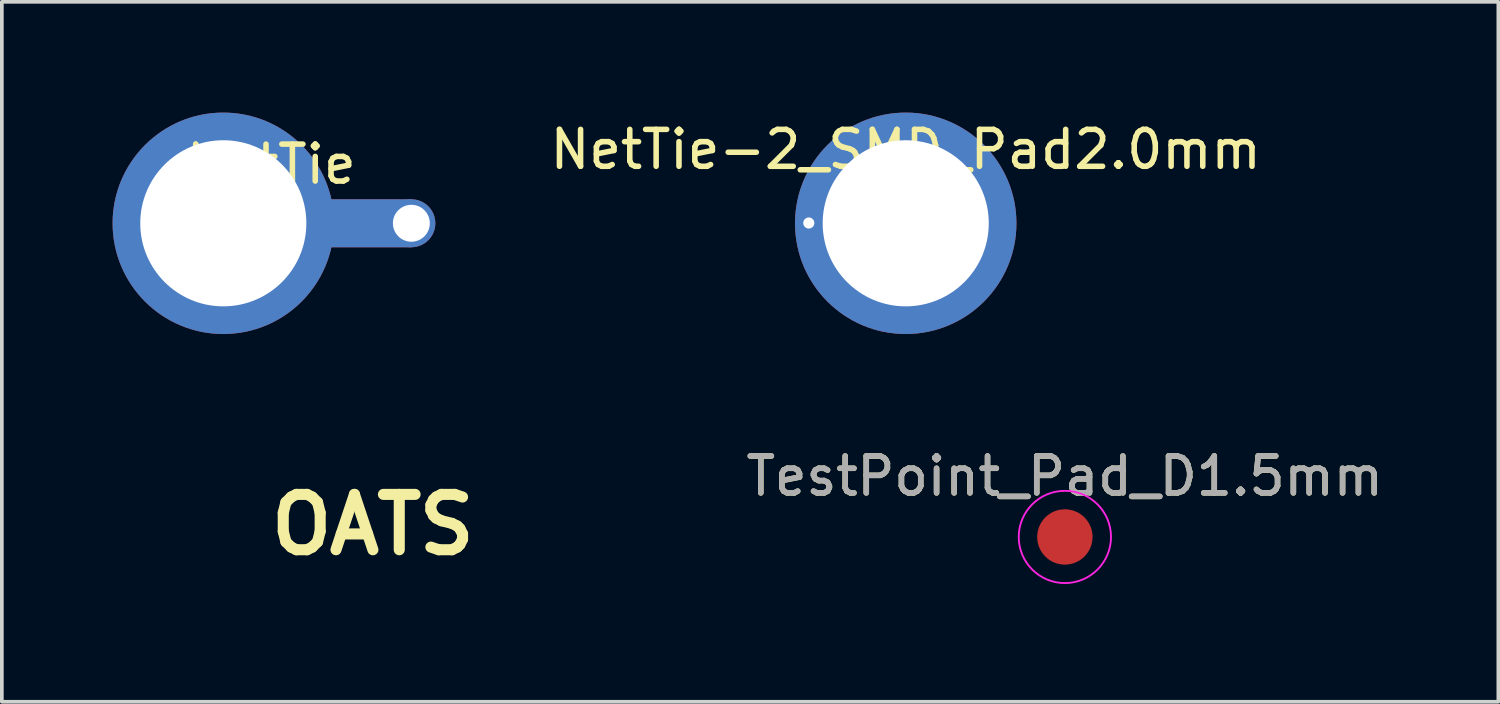
<source format=kicad_pcb>
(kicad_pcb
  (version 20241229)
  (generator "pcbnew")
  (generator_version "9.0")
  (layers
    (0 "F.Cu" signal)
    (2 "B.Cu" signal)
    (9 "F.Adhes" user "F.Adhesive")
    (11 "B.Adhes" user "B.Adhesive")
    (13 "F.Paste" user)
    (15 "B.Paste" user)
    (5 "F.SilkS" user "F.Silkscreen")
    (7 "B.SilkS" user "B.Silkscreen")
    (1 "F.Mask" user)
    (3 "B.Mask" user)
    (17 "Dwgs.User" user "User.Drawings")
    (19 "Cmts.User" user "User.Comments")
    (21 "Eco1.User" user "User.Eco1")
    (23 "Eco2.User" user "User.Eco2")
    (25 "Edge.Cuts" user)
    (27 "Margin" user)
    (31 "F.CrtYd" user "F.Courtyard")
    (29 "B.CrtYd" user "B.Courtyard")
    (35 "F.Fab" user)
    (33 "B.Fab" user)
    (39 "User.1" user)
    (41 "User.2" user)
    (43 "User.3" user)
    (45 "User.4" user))
  (footprint "OATS"
    (layer "F.Cu")
    (at 7.053 11.166)
    (property "Reference" "OATS" (at 0 0 0) (layer "F.SilkS") (effects (font (size 1.5 1.5) (thickness 0.3))))
    (attr board_only exclude_from_pos_files exclude_from_bom)
    (fp_poly (pts (xy 4.352 -2.062) (xy 4.344 -2.023) (xy 4.326 -1.951) (xy 4.302 -1.856) (xy 4.274 -1.746) (xy 4.243 -1.631) (xy 4.214 -1.52) (xy 4.187 -1.421) (xy 4.166 -1.345) (xy 4.153 -1.3) (xy 4.15 -1.292) (xy 4.127 -1.295) (xy 4.074 -1.309) (xy 4.038 -1.319) (xy 3.96 -1.338) (xy 3.851 -1.36) (xy 3.725 -1.381) (xy 3.597 -1.401) (xy 3.478 -1.416) (xy 3.385 -1.424) (xy 3.351 -1.425) (xy 3.269 -1.425) (xy 3.277 -0.064) (xy 3.279 0.222) (xy 3.28 0.466) (xy 3.282 0.671) (xy 3.284 0.841) (xy 3.286 0.98) (xy 3.289 1.093) (xy 3.293 1.182) (xy 3.297 1.253) (xy 3.303 1.308) (xy 3.309 1.353) (xy 3.317 1.391) (xy 3.327 1.425) (xy 3.338 1.46) (xy 3.338 1.46) (xy 3.366 1.549) (xy 3.39 1.626) (xy 3.404 1.675) (xy 3.404 1.677) (xy 3.417 1.729) (xy 2.813 1.726) (xy 2.646 1.725) (xy 2.493 1.723) (xy 2.361 1.72) (xy 2.255 1.718) (xy 2.183 1.715) (xy 2.154 1.712) (xy 2.115 1.695) (xy 2.115 1.663) (xy 2.13 1.622) (xy 2.154 1.551) (xy 2.18 1.472) (xy 2.191 1.439) (xy 2.199 1.404) (xy 2.207 1.366) (xy 2.213 1.318) (xy 2.218 1.258) (xy 2.222 1.182) (xy 2.226 1.085) (xy 2.229 0.964) (xy 2.231 0.815) (xy 2.233 0.634) (xy 2.235 0.417) (xy 2.236 0.16) (xy 2.238 -0.056) (xy 2.246 -1.433) (xy 1.935 -1.417) (xy 1.799 -1.408) (xy 1.661 -1.395) (xy 1.538 -1.38) (xy 1.449 -1.365) (xy 1.35 -1.344) (xy 1.258 -1.325) (xy 1.191 -1.311) (xy 1.189 -1.31) (xy 1.105 -1.293) (xy 1.206 -1.61) (xy 1.245 -1.734) (xy 1.283 -1.849) (xy 1.314 -1.946) (xy 1.336 -2.011) (xy 1.339 -2.021) (xy 1.372 -2.115) (xy 2.867 -2.121) (xy 4.363 -2.127)) (stroke (width 0) (type solid)) (fill yes) (layer "F.Mask"))
    (fp_poly (pts (xy 6.216 -2.14) (xy 6.5 -2.099) (xy 6.589 -2.079) (xy 6.691 -2.055) (xy 6.766 -2.034) (xy 6.821 -2.009) (xy 6.857 -1.974) (xy 6.879 -1.922) (xy 6.889 -1.846) (xy 6.893 -1.74) (xy 6.893 -1.597) (xy 6.893 -1.519) (xy 6.893 -1.076) (xy 6.71 -1.201) (xy 6.585 -1.281) (xy 6.483 -1.334) (xy 6.391 -1.365) (xy 6.296 -1.376) (xy 6.201 -1.374) (xy 6.113 -1.366) (xy 6.055 -1.35) (xy 6.008 -1.32) (xy 5.975 -1.289) (xy 5.928 -1.234) (xy 5.906 -1.181) (xy 5.902 -1.105) (xy 5.902 -1.101) (xy 5.907 -1.037) (xy 5.922 -0.978) (xy 5.951 -0.919) (xy 6 -0.854) (xy 6.071 -0.778) (xy 6.17 -0.685) (xy 6.301 -0.569) (xy 6.325 -0.548) (xy 6.513 -0.378) (xy 6.665 -0.226) (xy 6.784 -0.087) (xy 6.873 0.046) (xy 6.937 0.178) (xy 6.978 0.315) (xy 7 0.462) (xy 7.005 0.527) (xy 7 0.763) (xy 6.961 0.973) (xy 6.884 1.161) (xy 6.766 1.335) (xy 6.665 1.446) (xy 6.526 1.569) (xy 6.384 1.662) (xy 6.229 1.728) (xy 6.055 1.771) (xy 5.852 1.793) (xy 5.656 1.798) (xy 5.504 1.796) (xy 5.383 1.789) (xy 5.278 1.775) (xy 5.173 1.753) (xy 5.12 1.74) (xy 5.014 1.714) (xy 4.933 1.691) (xy 4.875 1.666) (xy 4.835 1.632) (xy 4.81 1.583) (xy 4.796 1.513) (xy 4.791 1.414) (xy 4.79 1.281) (xy 4.79 1.128) (xy 4.79 0.644) (xy 4.901 0.753) (xy 5.046 0.867) (xy 5.217 0.96) (xy 5.395 1.022) (xy 5.455 1.035) (xy 5.605 1.043) (xy 5.73 1.015) (xy 5.828 0.951) (xy 5.895 0.855) (xy 5.929 0.728) (xy 5.93 0.714) (xy 5.931 0.622) (xy 5.915 0.538) (xy 5.878 0.456) (xy 5.816 0.37) (xy 5.725 0.274) (xy 5.601 0.162) (xy 5.517 0.092) (xy 5.337 -0.068) (xy 5.176 -0.232) (xy 5.04 -0.393) (xy 4.937 -0.543) (xy 4.903 -0.603) (xy 4.865 -0.685) (xy 4.841 -0.758) (xy 4.827 -0.838) (xy 4.819 -0.944) (xy 4.818 -0.969) (xy 4.823 -1.188) (xy 4.863 -1.38) (xy 4.939 -1.554) (xy 5.055 -1.718) (xy 5.113 -1.781) (xy 5.283 -1.927) (xy 5.481 -2.036) (xy 5.704 -2.108) (xy 5.95 -2.143)) (stroke (width 0) (type solid)) (fill yes) (layer "F.Mask"))
    (fp_poly (pts (xy -0.79 -2.121) (xy -0.368 -2.115) (xy -0.257 -1.823) (xy -0.222 -1.731) (xy -0.171 -1.604) (xy -0.107 -1.447) (xy -0.033 -1.264) (xy 0.051 -1.06) (xy 0.141 -0.841) (xy 0.236 -0.611) (xy 0.333 -0.376) (xy 0.432 -0.139) (xy 0.529 0.093) (xy 0.622 0.317) (xy 0.71 0.526) (xy 0.791 0.717) (xy 0.862 0.884) (xy 0.921 1.022) (xy 0.967 1.126) (xy 0.995 1.19) (xy 1.051 1.303) (xy 1.113 1.421) (xy 1.171 1.522) (xy 1.192 1.557) (xy 1.237 1.63) (xy 1.27 1.686) (xy 1.285 1.715) (xy 1.285 1.717) (xy 1.263 1.721) (xy 1.202 1.724) (xy 1.109 1.726) (xy 0.992 1.728) (xy 0.859 1.729) (xy 0.716 1.729) (xy 0.573 1.728) (xy 0.435 1.727) (xy 0.312 1.725) (xy 0.21 1.722) (xy 0.136 1.718) (xy 0.099 1.714) (xy 0.099 1.714) (xy 0.064 1.696) (xy 0.049 1.655) (xy 0.047 1.611) (xy 0.037 1.538) (xy 0.007 1.423) (xy -0.042 1.267) (xy -0.111 1.07) (xy -0.167 0.917) (xy -0.222 0.771) (xy -0.831 0.771) (xy -1.439 0.771) (xy -1.561 1.144) (xy -1.61 1.301) (xy -1.648 1.438) (xy -1.672 1.545) (xy -1.682 1.618) (xy -1.682 1.623) (xy -1.682 1.729) (xy -2.202 1.726) (xy -2.357 1.725) (xy -2.5 1.722) (xy -2.622 1.719) (xy -2.716 1.715) (xy -2.774 1.711) (xy -2.785 1.709) (xy -2.848 1.694) (xy -2.765 1.566) (xy -2.729 1.508) (xy -2.692 1.442) (xy -2.651 1.364) (xy -2.605 1.271) (xy -2.553 1.16) (xy -2.493 1.027) (xy -2.424 0.869) (xy -2.344 0.683) (xy -2.252 0.465) (xy -2.146 0.212) (xy -2.079 0.052) (xy -1.192 0.052) (xy -1.17 0.058) (xy -1.109 0.064) (xy -1.018 0.068) (xy -0.904 0.07) (xy -0.839 0.07) (xy -0.487 0.07) (xy -0.503 -0.006) (xy -0.516 -0.052) (xy -0.544 -0.133) (xy -0.582 -0.24) (xy -0.627 -0.365) (xy -0.667 -0.47) (xy -0.717 -0.601) (xy -0.761 -0.721) (xy -0.797 -0.821) (xy -0.822 -0.894) (xy -0.832 -0.926) (xy -0.84 -0.941) (xy -0.851 -0.937) (xy -0.867 -0.909) (xy -0.891 -0.852) (xy -0.924 -0.763) (xy -0.967 -0.638) (xy -1.02 -0.479) (xy -1.069 -0.332) (xy -1.112 -0.2) (xy -1.148 -0.09) (xy -1.175 -0.007) (xy -1.189 0.042) (xy -1.192 0.052) (xy -2.079 0.052) (xy -2.025 -0.079) (xy -1.956 -0.245) (xy -1.828 -0.555) (xy -1.716 -0.825) (xy -1.62 -1.057) (xy -1.539 -1.256) (xy -1.47 -1.424) (xy -1.413 -1.564) (xy -1.366 -1.68) (xy -1.329 -1.774) (xy -1.3 -1.85) (xy -1.278 -1.91) (xy -1.261 -1.958) (xy -1.249 -1.997) (xy -1.24 -2.028) (xy -1.213 -2.127)) (stroke (width 0) (type solid)) (fill yes) (layer "F.Mask"))
    (fp_poly (pts (xy -4.806 -2.163) (xy -4.49 -2.12) (xy -4.194 -2.037) (xy -3.92 -1.916) (xy -3.672 -1.757) (xy -3.451 -1.562) (xy -3.342 -1.441) (xy -3.188 -1.219) (xy -3.07 -0.975) (xy -3 -0.753) (xy -2.956 -0.518) (xy -2.938 -0.267) (xy -2.945 -0.011) (xy -2.976 0.24) (xy -3.031 0.473) (xy -3.107 0.677) (xy -3.12 0.703) (xy -3.274 0.959) (xy -3.463 1.185) (xy -3.682 1.378) (xy -3.931 1.537) (xy -4.204 1.658) (xy -4.491 1.739) (xy -4.61 1.756) (xy -4.76 1.768) (xy -4.928 1.773) (xy -5.101 1.773) (xy -5.267 1.767) (xy -5.411 1.756) (xy -5.512 1.74) (xy -5.794 1.662) (xy -6.044 1.556) (xy -6.269 1.418) (xy -6.477 1.243) (xy -6.573 1.145) (xy -6.747 0.924) (xy -6.882 0.68) (xy -6.978 0.412) (xy -7.035 0.119) (xy -7.05 -0.076) (xy -7.053 -0.316) (xy -7.05 -0.354) (xy -5.952 -0.354) (xy -5.951 -0.138) (xy -5.936 -0.004) (xy -5.876 0.219) (xy -5.776 0.422) (xy -5.641 0.602) (xy -5.475 0.754) (xy -5.283 0.876) (xy -5.069 0.965) (xy -4.836 1.015) (xy -4.677 1.026) (xy -4.528 1.028) (xy -4.614 0.933) (xy -4.718 0.802) (xy -4.826 0.636) (xy -4.935 0.444) (xy -5.039 0.236) (xy -5.131 0.023) (xy -5.192 -0.14) (xy -5.22 -0.226) (xy -5.254 -0.333) (xy -5.29 -0.454) (xy -5.326 -0.578) (xy -5.36 -0.698) (xy -5.388 -0.804) (xy -5.409 -0.886) (xy -5.42 -0.936) (xy -5.421 -0.945) (xy -5.413 -0.943) (xy -5.389 -0.902) (xy -5.353 -0.828) (xy -5.307 -0.726) (xy -5.252 -0.6) (xy -5.192 -0.456) (xy -5.187 -0.444) (xy -5.094 -0.229) (xy -5.004 -0.043) (xy -4.909 0.127) (xy -4.8 0.298) (xy -4.729 0.399) (xy -4.655 0.509) (xy -4.582 0.626) (xy -4.519 0.734) (xy -4.49 0.788) (xy -4.449 0.867) (xy -4.414 0.926) (xy -4.392 0.956) (xy -4.388 0.958) (xy -4.361 0.938) (xy -4.321 0.885) (xy -4.274 0.807) (xy -4.226 0.716) (xy -4.182 0.621) (xy -4.15 0.536) (xy -4.094 0.328) (xy -4.058 0.11) (xy -4.044 -0.106) (xy -4.052 -0.311) (xy -4.081 -0.492) (xy -4.111 -0.59) (xy -4.218 -0.805) (xy -4.361 -0.993) (xy -4.537 -1.151) (xy -4.742 -1.275) (xy -4.973 -1.362) (xy -4.993 -1.367) (xy -5.082 -1.386) (xy -5.196 -1.403) (xy -5.314 -1.416) (xy -5.341 -1.418) (xy -5.553 -1.432) (xy -5.628 -1.341) (xy -5.729 -1.191) (xy -5.814 -1.007) (xy -5.881 -0.799) (xy -5.928 -0.578) (xy -5.952 -0.354) (xy -7.05 -0.354) (xy -7.037 -0.525) (xy -7 -0.72) (xy -6.942 -0.915) (xy -6.941 -0.915) (xy -6.877 -1.077) (xy -6.801 -1.219) (xy -6.707 -1.355) (xy -6.587 -1.496) (xy -6.495 -1.591) (xy -6.396 -1.69) (xy -6.314 -1.762) (xy -6.239 -1.819) (xy -6.156 -1.87) (xy -6.053 -1.924) (xy -6.028 -1.936) (xy -5.802 -2.036) (xy -5.585 -2.104) (xy -5.358 -2.147) (xy -5.141 -2.166)) (stroke (width 0) (type solid)) (fill yes) (layer "F.Mask")))
  (footprint "NetTie-2_SMD_Pad2.0mm"
    (layer "F.Cu")
    (at 21.489 3)
    (property "Reference" "NetTie-2_SMD_Pad2.0mm" (at 0 -2 0) (layer "F.SilkS") (effects (font (size 1 1) (thickness 0.15))))
    (attr exclude_from_pos_files exclude_from_bom allow_missing_courtyard)
    (pad "1" thru_hole circle (at 0 0) (size 6 6) (drill 4.5) (layers "*.Cu" "*.Mask"))
    (pad "2" thru_hole circle (at -2.626 -0.008) (size 0.6 0.6) (drill 0.3) (layers "*.Cu" "*.Mask")))
  (footprint "NetTie"
    (layer "F.Cu")
    (at 3 3)
    (property "Reference" "NetTie" (at 1.3 -1.6 0) (layer "F.SilkS") (effects (font (size 1 1) (thickness 0.15))))
    (attr exclude_from_pos_files exclude_from_bom allow_missing_courtyard)
    (fp_poly (pts (xy 2.5 -0.65) (xy 5.1 -0.65) (xy 5.1 0.65) (xy 2.5 0.65)) (stroke (width 0) (type solid)) (fill yes) (layer "F.Cu"))
    (fp_poly (pts (xy 2.5 -0.65) (xy 5.1 -0.65) (xy 5.1 0.65) (xy 2.5 0.65)) (stroke (width 0) (type solid)) (fill yes) (layer "B.Cu"))
    (pad "1" thru_hole circle (at 0 0) (size 6 6) (drill 4.5) (layers "*.Cu"))
    (pad "2" thru_hole circle (at 5.095 -0.001) (size 1.3 1.3) (drill 1) (layers "*.Cu")))
  (footprint "TestPoint_Pad_D1.5mm"
    (layer "F.Cu")
    (at 25.801 11.498)
    (property "Reference" "TestPoint_Pad_D1.5mm" (at 0 -1.648 0) (layer "F.SilkS") (effects (font (size 1 1) (thickness 0.15))))
    (attr exclude_from_pos_files exclude_from_bom)
    (fp_circle (center 0 0) (end 1.25 0) (stroke (width 0.05) (type solid)) (fill no) (layer "F.CrtYd"))
    (fp_text user "${REFERENCE}" (at 0 -1.65 0) (layer "F.Fab") (effects (font (size 1 1) (thickness 0.15))))
    (pad "1" smd circle (at 0 0) (size 1.5 1.5) (layers "F.Cu" "F.Mask")))
  (gr_rect
    (start -3 -3)
    (end 37.545 15.964)
    (stroke (width 0.1) (type default))
    (fill no)
    (layer "Edge.Cuts")))
</source>
